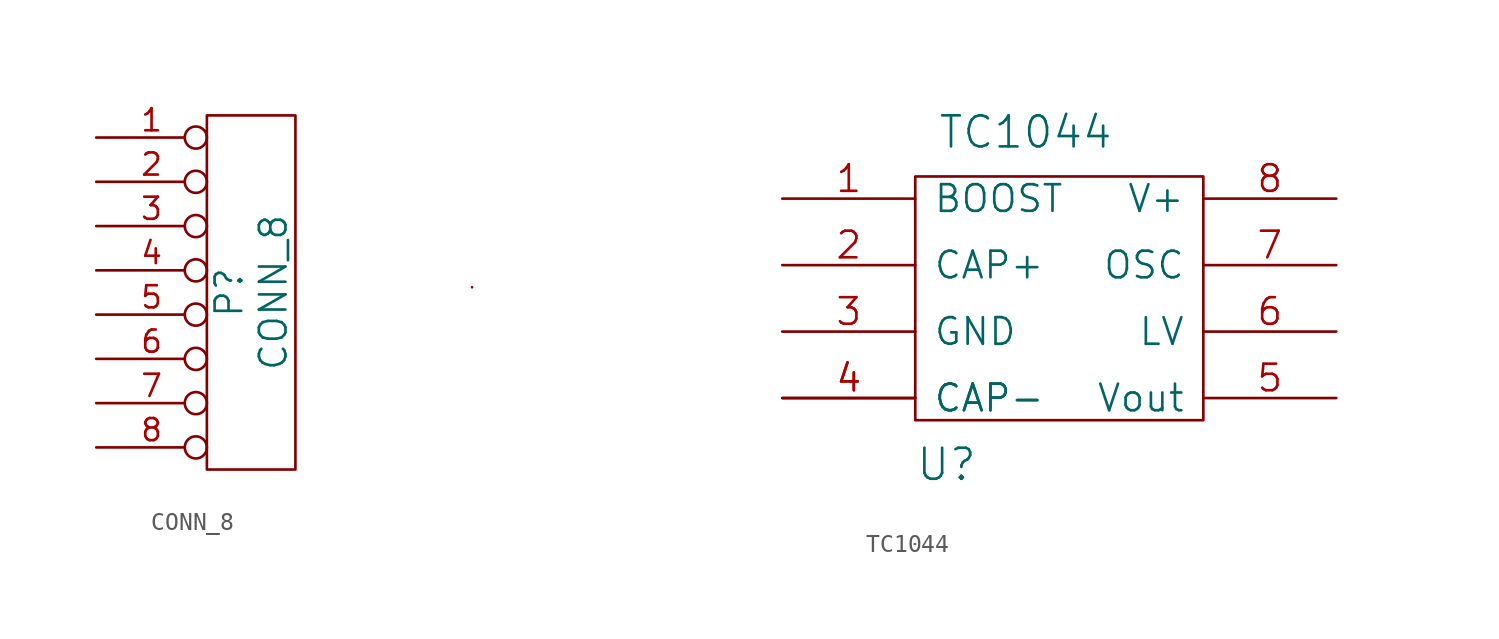
<source format=kicad_sym>
(kicad_symbol_lib
  (version 20211014)
  (generator kicad_symbol_editor)
  (symbol "CONN_8"
    (pin_names
      (offset 1.016) hide)
    (property "Reference" "P"
      (at -1.27 0 90)
      (effects (font (size 1.524 1.524))))
    (property "Value" "CONN_8"
      (at 1.27 0 90)
      (effects (font (size 1.524 1.524))))
    (property "Footprint" ""
      (at 0 0 0)
      (effects (font (size 1.524 1.524))))
    (property "Datasheet" ""
      (at 0 0 0)
      (effects (font (size 1.524 1.524))))
    (symbol "CONN_8_0_1"
      (rectangle (start -2.54 10.16) (end 2.54 -10.16) (stroke (width 0) (type default) (color 0 0 0 0)) (fill (type none))))
    (symbol "CONN_8_1_1"
      (pin passive inverted (at -8.89 8.89 0) (length 6.35) (name "P1" (effects (font (size 1.27 1.27)))) (number "1" (effects (font (size 1.27 1.27)))))
      (pin passive inverted (at -8.89 6.35 0) (length 6.35) (name "P2" (effects (font (size 1.27 1.27)))) (number "2" (effects (font (size 1.27 1.27)))))
      (pin passive inverted (at -8.89 3.81 0) (length 6.35) (name "P3" (effects (font (size 1.27 1.27)))) (number "3" (effects (font (size 1.27 1.27)))))
      (pin passive inverted (at -8.89 1.27 0) (length 6.35) (name "P4" (effects (font (size 1.27 1.27)))) (number "4" (effects (font (size 1.27 1.27)))))
      (pin passive inverted (at -8.89 -1.27 0) (length 6.35) (name "P5" (effects (font (size 1.27 1.27)))) (number "5" (effects (font (size 1.27 1.27)))))
      (pin passive inverted (at -8.89 -3.81 0) (length 6.35) (name "P6" (effects (font (size 1.27 1.27)))) (number "6" (effects (font (size 1.27 1.27)))))
      (pin passive inverted (at -8.89 -6.35 0) (length 6.35) (name "P7" (effects (font (size 1.27 1.27)))) (number "7" (effects (font (size 1.27 1.27)))))
      (pin passive inverted (at -8.89 -8.89 0) (length 6.35) (name "P8" (effects (font (size 1.27 1.27)))) (number "8" (effects (font (size 1.27 1.27)))))))
  (symbol "TC1044"
    (pin_names
      (offset 1.016))
    (property "Reference" "U"
      (at -8.89 -10.16 0)
      (effects (font (size 1.778 1.778)) (justify left)))
    (property "Value" "TC1044"
      (at -7.62 8.89 0)
      (effects (font (size 1.778 1.778)) (justify left)))
    (property "Footprint" ""
      (at 5.08 0 0)
      (effects (font (size 1.524 1.524))))
    (property "Datasheet" ""
      (at 5.08 0 0)
      (effects (font (size 1.524 1.524))))
    (symbol "TC1044_0_1"
      (rectangle (start -34.29 0) (end -34.29 0) (stroke (width 0) (type default) (color 0 0 0 0)) (fill (type none)))
      (rectangle (start -8.89 6.35) (end 7.62 -7.62) (stroke (width 0) (type default) (color 0 0 0 0)) (fill (type none))))
    (symbol "TC1044_1_1"
      (pin input line (at -16.51 5.08 0) (length 7.62) (name "BOOST" (effects (font (size 1.524 1.524)))) (number "1" (effects (font (size 1.524 1.524)))))
      (pin input line (at -16.51 1.27 0) (length 7.62) (name "CAP+" (effects (font (size 1.524 1.524)))) (number "2" (effects (font (size 1.524 1.524)))))
      (pin input line (at -16.51 -2.54 0) (length 7.62) (name "GND" (effects (font (size 1.524 1.524)))) (number "3" (effects (font (size 1.524 1.524)))))
      (pin input line (at -16.51 -6.35 0) (length 7.62) (name "CAP-" (effects (font (size 1.524 1.524)))) (number "4" (effects (font (size 1.524 1.524)))))
      (pin input line (at -16.51 -6.35 0) (length 7.62) (name "CAP-" (effects (font (size 1.524 1.524)))) (number "4" (effects (font (size 1.524 1.524)))))
      (pin input line (at 15.24 -6.35 180) (length 7.62) (name "Vout" (effects (font (size 1.524 1.524)))) (number "5" (effects (font (size 1.524 1.524)))))
      (pin input line (at 15.24 -2.54 180) (length 7.62) (name "LV" (effects (font (size 1.524 1.524)))) (number "6" (effects (font (size 1.524 1.524)))))
      (pin power_out line (at 15.24 1.27 180) (length 7.62) (name "OSC" (effects (font (size 1.524 1.524)))) (number "7" (effects (font (size 1.524 1.524)))))
      (pin power_out line (at 15.24 5.08 180) (length 7.62) (name "V+" (effects (font (size 1.524 1.524)))) (number "8" (effects (font (size 1.524 1.524))))))))
</source>
